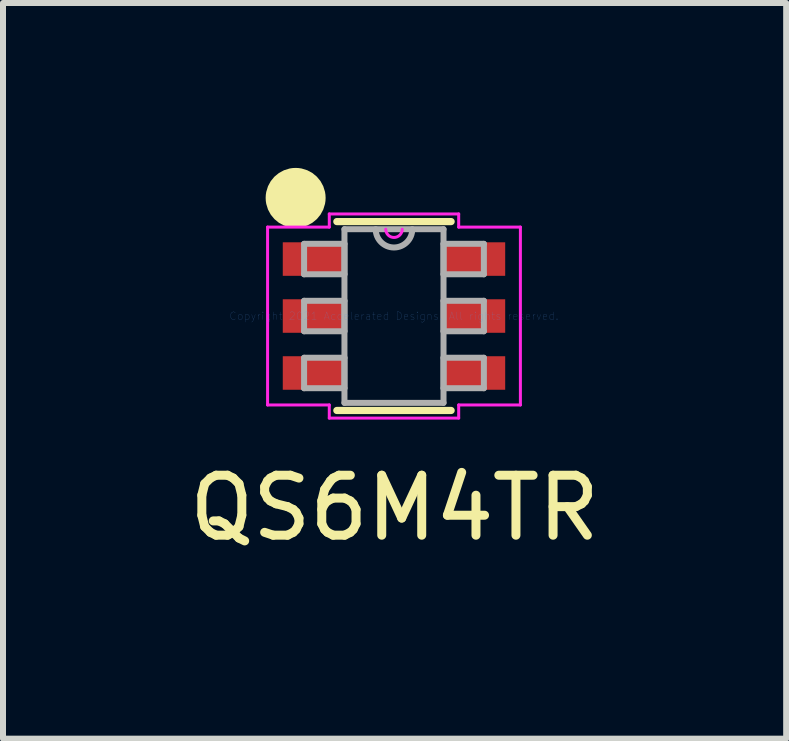
<source format=kicad_pcb>
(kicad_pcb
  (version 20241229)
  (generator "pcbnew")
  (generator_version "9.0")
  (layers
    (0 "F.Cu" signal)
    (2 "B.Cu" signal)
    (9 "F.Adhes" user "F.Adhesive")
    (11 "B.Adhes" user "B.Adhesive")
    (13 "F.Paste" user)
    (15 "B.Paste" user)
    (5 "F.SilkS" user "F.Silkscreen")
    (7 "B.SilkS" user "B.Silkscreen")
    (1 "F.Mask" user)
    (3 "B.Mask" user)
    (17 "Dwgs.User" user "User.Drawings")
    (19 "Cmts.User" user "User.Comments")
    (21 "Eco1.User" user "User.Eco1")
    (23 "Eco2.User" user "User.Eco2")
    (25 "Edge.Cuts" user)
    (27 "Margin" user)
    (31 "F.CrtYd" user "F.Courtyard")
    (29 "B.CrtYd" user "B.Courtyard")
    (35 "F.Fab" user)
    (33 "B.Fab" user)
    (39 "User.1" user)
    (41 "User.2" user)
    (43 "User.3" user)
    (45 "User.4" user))
  (footprint "QS6M4TR"
    (layer "F.Cu")
    (at 3.52 2.22)
    (property "Reference" "QS6M4TR" (at 0.01 3.2 0) (layer "F.SilkS") (effects (font (size 1 1) (thickness 0.15))))
    (attr through_hole)
    (fp_line (start -0.953 1.575) (end 0.953 1.575) (stroke (width 0.12) (type solid)) (layer "F.SilkS"))
    (fp_line (start 0.953 -1.575) (end -0.953 -1.575) (stroke (width 0.12) (type solid)) (layer "F.SilkS"))
    (fp_circle (center -1.64 -1.97) (end -1.64 -1.97) (stroke (width 0.5) (type solid)) (fill no) (layer "F.SilkS"))
    (fp_line (start -2.108 -1.483) (end -1.079 -1.483) (stroke (width 0.05) (type solid)) (layer "F.CrtYd"))
    (fp_line (start -2.108 1.483) (end -2.108 -1.483) (stroke (width 0.05) (type solid)) (layer "F.CrtYd"))
    (fp_line (start -1.079 -1.702) (end 1.079 -1.702) (stroke (width 0.05) (type solid)) (layer "F.CrtYd"))
    (fp_line (start -1.079 -1.483) (end -1.079 -1.702) (stroke (width 0.05) (type solid)) (layer "F.CrtYd"))
    (fp_line (start -1.079 1.483) (end -2.108 1.483) (stroke (width 0.05) (type solid)) (layer "F.CrtYd"))
    (fp_line (start -1.079 1.702) (end -1.079 1.483) (stroke (width 0.05) (type solid)) (layer "F.CrtYd"))
    (fp_line (start 1.079 -1.702) (end 1.079 -1.483) (stroke (width 0.05) (type solid)) (layer "F.CrtYd"))
    (fp_line (start 1.079 -1.483) (end 2.108 -1.483) (stroke (width 0.05) (type solid)) (layer "F.CrtYd"))
    (fp_line (start 1.079 1.483) (end 1.079 1.702) (stroke (width 0.05) (type solid)) (layer "F.CrtYd"))
    (fp_line (start 1.079 1.702) (end -1.079 1.702) (stroke (width 0.05) (type solid)) (layer "F.CrtYd"))
    (fp_line (start 2.108 -1.483) (end 2.108 1.483) (stroke (width 0.05) (type solid)) (layer "F.CrtYd"))
    (fp_line (start 2.108 1.483) (end 1.079 1.483) (stroke (width 0.05) (type solid)) (layer "F.CrtYd"))
    (fp_arc (start 0.137583 -1.4478) (mid 0 -1.310217) (end -0.137583 -1.4478) (stroke (width 0.05) (type solid)) (layer "F.CrtYd"))
    (fp_line (start -1.499 -1.204) (end -1.499 -0.696) (stroke (width 0.1) (type solid)) (layer "F.Fab"))
    (fp_line (start -1.499 -0.696) (end -0.826 -0.696) (stroke (width 0.1) (type solid)) (layer "F.Fab"))
    (fp_line (start -1.499 -0.254) (end -1.499 0.254) (stroke (width 0.1) (type solid)) (layer "F.Fab"))
    (fp_line (start -1.499 0.254) (end -0.826 0.254) (stroke (width 0.1) (type solid)) (layer "F.Fab"))
    (fp_line (start -1.499 0.696) (end -1.499 1.204) (stroke (width 0.1) (type solid)) (layer "F.Fab"))
    (fp_line (start -1.499 1.204) (end -0.826 1.204) (stroke (width 0.1) (type solid)) (layer "F.Fab"))
    (fp_line (start -0.826 -1.448) (end -0.826 1.448) (stroke (width 0.1) (type solid)) (layer "F.Fab"))
    (fp_line (start -0.826 -1.204) (end -1.499 -1.204) (stroke (width 0.1) (type solid)) (layer "F.Fab"))
    (fp_line (start -0.826 -0.696) (end -0.826 -1.204) (stroke (width 0.1) (type solid)) (layer "F.Fab"))
    (fp_line (start -0.826 -0.254) (end -1.499 -0.254) (stroke (width 0.1) (type solid)) (layer "F.Fab"))
    (fp_line (start -0.826 0.254) (end -0.826 -0.254) (stroke (width 0.1) (type solid)) (layer "F.Fab"))
    (fp_line (start -0.826 0.696) (end -1.499 0.696) (stroke (width 0.1) (type solid)) (layer "F.Fab"))
    (fp_line (start -0.826 1.204) (end -0.826 0.696) (stroke (width 0.1) (type solid)) (layer "F.Fab"))
    (fp_line (start -0.826 1.448) (end 0.826 1.448) (stroke (width 0.1) (type solid)) (layer "F.Fab"))
    (fp_line (start 0.826 -1.448) (end -0.826 -1.448) (stroke (width 0.1) (type solid)) (layer "F.Fab"))
    (fp_line (start 0.826 -1.204) (end 0.826 -0.696) (stroke (width 0.1) (type solid)) (layer "F.Fab"))
    (fp_line (start 0.826 -0.696) (end 1.499 -0.696) (stroke (width 0.1) (type solid)) (layer "F.Fab"))
    (fp_line (start 0.826 -0.254) (end 0.826 0.254) (stroke (width 0.1) (type solid)) (layer "F.Fab"))
    (fp_line (start 0.826 0.254) (end 1.499 0.254) (stroke (width 0.1) (type solid)) (layer "F.Fab"))
    (fp_line (start 0.826 0.696) (end 0.826 1.204) (stroke (width 0.1) (type solid)) (layer "F.Fab"))
    (fp_line (start 0.826 1.204) (end 1.499 1.204) (stroke (width 0.1) (type solid)) (layer "F.Fab"))
    (fp_line (start 0.826 1.448) (end 0.826 -1.448) (stroke (width 0.1) (type solid)) (layer "F.Fab"))
    (fp_line (start 1.499 -1.204) (end 0.826 -1.204) (stroke (width 0.1) (type solid)) (layer "F.Fab"))
    (fp_line (start 1.499 -0.696) (end 1.499 -1.204) (stroke (width 0.1) (type solid)) (layer "F.Fab"))
    (fp_line (start 1.499 -0.254) (end 0.826 -0.254) (stroke (width 0.1) (type solid)) (layer "F.Fab"))
    (fp_line (start 1.499 0.254) (end 1.499 -0.254) (stroke (width 0.1) (type solid)) (layer "F.Fab"))
    (fp_line (start 1.499 0.696) (end 0.826 0.696) (stroke (width 0.1) (type solid)) (layer "F.Fab"))
    (fp_line (start 1.499 1.204) (end 1.499 0.696) (stroke (width 0.1) (type solid)) (layer "F.Fab"))
    (fp_arc (start 0.3048 -1.4478) (mid 0 -1.143) (end -0.3048 -1.4478) (stroke (width 0.1) (type solid)) (layer "F.Fab"))
    (fp_text user "Copyright 2021 Accelerated Designs. All rights reserved." (at 0 0 0) (layer "Cmts.User") (effects (font (size 0.127 0.127) (thickness 0.002))))
    (pad "1" smd rect (at -1.34 -0.95) (size 1.029 0.559) (layers "F.Cu" "F.Mask" "F.Paste"))
    (pad "2" smd rect (at -1.34 0) (size 1.029 0.559) (layers "F.Cu" "F.Mask" "F.Paste"))
    (pad "3" smd rect (at -1.34 0.95) (size 1.029 0.559) (layers "F.Cu" "F.Mask" "F.Paste"))
    (pad "4" smd rect (at 1.34 0.95) (size 1.029 0.559) (layers "F.Cu" "F.Mask" "F.Paste"))
    (pad "5" smd rect (at 1.34 0) (size 1.029 0.559) (layers "F.Cu" "F.Mask" "F.Paste"))
    (pad "6" smd rect (at 1.34 -0.95) (size 1.029 0.559) (layers "F.Cu" "F.Mask" "F.Paste")))
  (gr_rect
    (start -3 -3)
    (end 10.06 9.268)
    (stroke (width 0.1) (type default))
    (fill no)
    (layer "Edge.Cuts")))
</source>
